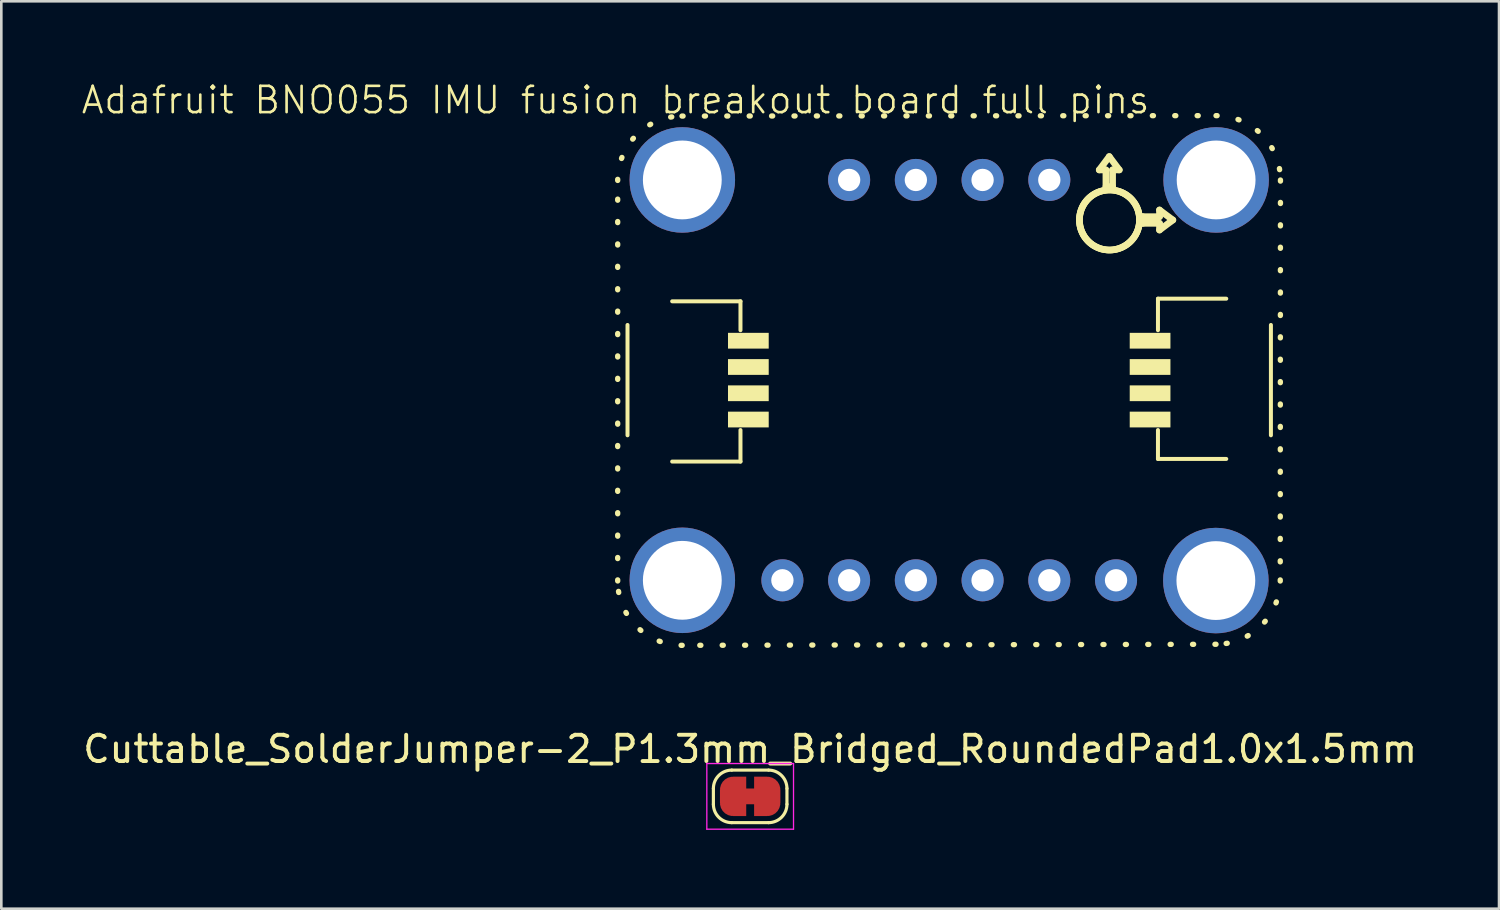
<source format=kicad_pcb>
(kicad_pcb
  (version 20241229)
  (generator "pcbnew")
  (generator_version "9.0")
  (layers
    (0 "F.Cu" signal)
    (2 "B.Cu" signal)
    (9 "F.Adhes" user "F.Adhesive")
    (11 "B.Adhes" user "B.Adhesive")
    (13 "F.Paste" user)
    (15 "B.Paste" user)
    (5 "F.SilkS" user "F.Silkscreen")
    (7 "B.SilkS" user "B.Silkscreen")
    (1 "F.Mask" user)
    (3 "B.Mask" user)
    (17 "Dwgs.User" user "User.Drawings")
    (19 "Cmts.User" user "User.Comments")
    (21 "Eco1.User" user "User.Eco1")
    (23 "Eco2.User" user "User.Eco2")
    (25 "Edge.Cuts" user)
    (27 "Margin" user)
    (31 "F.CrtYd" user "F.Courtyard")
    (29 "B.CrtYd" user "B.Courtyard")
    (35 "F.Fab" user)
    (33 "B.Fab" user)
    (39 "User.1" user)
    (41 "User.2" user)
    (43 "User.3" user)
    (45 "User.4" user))
  (footprint "Adafruit BNO055 IMU fusion breakout board full pins"
    (layer "F.Cu")
    (at 20.383 1.26)
    (property "Reference" "Adafruit BNO055 IMU fusion breakout board full pins" (at 0 -0.5 0) (unlocked yes) (layer "F.SilkS") (effects (font (size 1 1) (thickness 0.1))))
    (attr through_hole)
    (fp_line (start 0.08 17.805) (end 0.08 2.558) (stroke (width 0.203) (type dot)) (layer "F.SilkS"))
    (fp_line (start 0.454 8.06) (end 0.454 12.26) (stroke (width 0.152) (type solid)) (layer "F.SilkS"))
    (fp_line (start 2.154 7.16) (end 4.754 7.16) (stroke (width 0.152) (type solid)) (layer "F.SilkS"))
    (fp_line (start 2.528 0.108) (end 22.857 0.092) (stroke (width 0.203) (type dot)) (layer "F.SilkS"))
    (fp_line (start 4.754 7.16) (end 4.754 8.26) (stroke (width 0.152) (type solid)) (layer "F.SilkS"))
    (fp_line (start 4.754 12.06) (end 4.754 13.26) (stroke (width 0.152) (type solid)) (layer "F.SilkS"))
    (fp_line (start 4.754 13.26) (end 2.154 13.26) (stroke (width 0.152) (type solid)) (layer "F.SilkS"))
    (fp_line (start 17.657 4.065) (end 17.658 4.122) (stroke (width 0.254) (type solid)) (layer "F.SilkS"))
    (fp_line (start 17.658 4.122) (end 17.663 4.178) (stroke (width 0.254) (type solid)) (layer "F.SilkS"))
    (fp_line (start 17.658 4.006) (end 17.657 4.065) (stroke (width 0.254) (type solid)) (layer "F.SilkS"))
    (fp_line (start 17.663 4.178) (end 17.67 4.234) (stroke (width 0.254) (type solid)) (layer "F.SilkS"))
    (fp_line (start 17.663 3.948) (end 17.658 4.006) (stroke (width 0.254) (type solid)) (layer "F.SilkS"))
    (fp_line (start 17.67 4.234) (end 17.679 4.289) (stroke (width 0.254) (type solid)) (layer "F.SilkS"))
    (fp_line (start 17.67 3.891) (end 17.663 3.948) (stroke (width 0.254) (type solid)) (layer "F.SilkS"))
    (fp_line (start 17.679 4.289) (end 17.691 4.344) (stroke (width 0.254) (type solid)) (layer "F.SilkS"))
    (fp_line (start 17.68 3.835) (end 17.67 3.891) (stroke (width 0.254) (type solid)) (layer "F.SilkS"))
    (fp_line (start 17.691 4.344) (end 17.706 4.397) (stroke (width 0.254) (type solid)) (layer "F.SilkS"))
    (fp_line (start 17.693 3.779) (end 17.68 3.835) (stroke (width 0.254) (type solid)) (layer "F.SilkS"))
    (fp_line (start 17.706 4.397) (end 17.724 4.45) (stroke (width 0.254) (type solid)) (layer "F.SilkS"))
    (fp_line (start 17.708 3.725) (end 17.693 3.779) (stroke (width 0.254) (type solid)) (layer "F.SilkS"))
    (fp_line (start 17.724 4.45) (end 17.744 4.502) (stroke (width 0.254) (type solid)) (layer "F.SilkS"))
    (fp_line (start 17.726 3.672) (end 17.708 3.725) (stroke (width 0.254) (type solid)) (layer "F.SilkS"))
    (fp_line (start 17.744 4.502) (end 17.767 4.553) (stroke (width 0.254) (type solid)) (layer "F.SilkS"))
    (fp_line (start 17.747 3.62) (end 17.726 3.672) (stroke (width 0.254) (type solid)) (layer "F.SilkS"))
    (fp_line (start 17.767 4.553) (end 17.792 4.603) (stroke (width 0.254) (type solid)) (layer "F.SilkS"))
    (fp_line (start 17.77 3.569) (end 17.747 3.62) (stroke (width 0.254) (type solid)) (layer "F.SilkS"))
    (fp_line (start 17.792 4.603) (end 17.819 4.652) (stroke (width 0.254) (type solid)) (layer "F.SilkS"))
    (fp_line (start 17.795 3.52) (end 17.77 3.569) (stroke (width 0.254) (type solid)) (layer "F.SilkS"))
    (fp_line (start 17.819 4.652) (end 17.849 4.699) (stroke (width 0.254) (type solid)) (layer "F.SilkS"))
    (fp_line (start 17.822 3.472) (end 17.795 3.52) (stroke (width 0.254) (type solid)) (layer "F.SilkS"))
    (fp_line (start 17.849 4.699) (end 17.881 4.745) (stroke (width 0.254) (type solid)) (layer "F.SilkS"))
    (fp_line (start 17.852 3.426) (end 17.822 3.472) (stroke (width 0.254) (type solid)) (layer "F.SilkS"))
    (fp_line (start 17.881 4.745) (end 17.916 4.789) (stroke (width 0.254) (type solid)) (layer "F.SilkS"))
    (fp_line (start 17.884 3.381) (end 17.852 3.426) (stroke (width 0.254) (type solid)) (layer "F.SilkS"))
    (fp_line (start 17.916 4.789) (end 17.953 4.832) (stroke (width 0.254) (type solid)) (layer "F.SilkS"))
    (fp_line (start 17.918 3.338) (end 17.884 3.381) (stroke (width 0.254) (type solid)) (layer "F.SilkS"))
    (fp_line (start 17.953 4.832) (end 17.992 4.873) (stroke (width 0.254) (type solid)) (layer "F.SilkS"))
    (fp_line (start 17.954 3.296) (end 17.918 3.338) (stroke (width 0.254) (type solid)) (layer "F.SilkS"))
    (fp_line (start 17.992 4.873) (end 18.033 4.912) (stroke (width 0.254) (type solid)) (layer "F.SilkS"))
    (fp_line (start 17.992 3.257) (end 17.954 3.296) (stroke (width 0.254) (type solid)) (layer "F.SilkS"))
    (fp_line (start 18.031 3.219) (end 17.992 3.257) (stroke (width 0.254) (type solid)) (layer "F.SilkS"))
    (fp_line (start 18.033 4.912) (end 18.076 4.949) (stroke (width 0.254) (type solid)) (layer "F.SilkS"))
    (fp_line (start 18.073 3.183) (end 18.031 3.219) (stroke (width 0.254) (type solid)) (layer "F.SilkS"))
    (fp_line (start 18.076 4.949) (end 18.12 4.984) (stroke (width 0.254) (type solid)) (layer "F.SilkS"))
    (fp_line (start 18.116 3.149) (end 18.073 3.183) (stroke (width 0.254) (type solid)) (layer "F.SilkS"))
    (fp_line (start 18.12 4.984) (end 18.166 5.016) (stroke (width 0.254) (type solid)) (layer "F.SilkS"))
    (fp_line (start 18.161 3.117) (end 18.116 3.149) (stroke (width 0.254) (type solid)) (layer "F.SilkS"))
    (fp_line (start 18.166 5.016) (end 18.213 5.046) (stroke (width 0.254) (type solid)) (layer "F.SilkS"))
    (fp_line (start 18.207 3.087) (end 18.161 3.117) (stroke (width 0.254) (type solid)) (layer "F.SilkS"))
    (fp_line (start 18.213 5.046) (end 18.262 5.073) (stroke (width 0.254) (type solid)) (layer "F.SilkS"))
    (fp_line (start 18.255 3.06) (end 18.207 3.087) (stroke (width 0.254) (type solid)) (layer "F.SilkS"))
    (fp_line (start 18.262 5.073) (end 18.312 5.098) (stroke (width 0.254) (type solid)) (layer "F.SilkS"))
    (fp_line (start 18.304 3.035) (end 18.255 3.06) (stroke (width 0.254) (type solid)) (layer "F.SilkS"))
    (fp_line (start 18.312 5.098) (end 18.363 5.121) (stroke (width 0.254) (type solid)) (layer "F.SilkS"))
    (fp_line (start 18.355 3.012) (end 18.304 3.035) (stroke (width 0.254) (type solid)) (layer "F.SilkS"))
    (fp_line (start 18.363 5.121) (end 18.415 5.141) (stroke (width 0.254) (type solid)) (layer "F.SilkS"))
    (fp_line (start 18.407 2.991) (end 18.355 3.012) (stroke (width 0.254) (type solid)) (layer "F.SilkS"))
    (fp_line (start 18.411 2.158) (end 18.792 1.65) (stroke (width 0.254) (type solid)) (layer "F.SilkS"))
    (fp_line (start 18.415 5.141) (end 18.468 5.159) (stroke (width 0.254) (type solid)) (layer "F.SilkS"))
    (fp_line (start 18.46 2.973) (end 18.407 2.991) (stroke (width 0.254) (type solid)) (layer "F.SilkS"))
    (fp_line (start 18.468 5.159) (end 18.521 5.174) (stroke (width 0.254) (type solid)) (layer "F.SilkS"))
    (fp_line (start 18.514 2.958) (end 18.46 2.973) (stroke (width 0.254) (type solid)) (layer "F.SilkS"))
    (fp_line (start 18.521 5.174) (end 18.576 5.186) (stroke (width 0.254) (type solid)) (layer "F.SilkS"))
    (fp_line (start 18.57 2.945) (end 18.514 2.958) (stroke (width 0.254) (type solid)) (layer "F.SilkS"))
    (fp_line (start 18.576 5.186) (end 18.631 5.195) (stroke (width 0.254) (type solid)) (layer "F.SilkS"))
    (fp_line (start 18.626 2.935) (end 18.57 2.945) (stroke (width 0.254) (type solid)) (layer "F.SilkS"))
    (fp_line (start 18.631 5.195) (end 18.687 5.202) (stroke (width 0.254) (type solid)) (layer "F.SilkS"))
    (fp_line (start 18.665 2.158) (end 18.411 2.158) (stroke (width 0.254) (type solid)) (layer "F.SilkS"))
    (fp_line (start 18.665 2.793) (end 18.665 2.158) (stroke (width 0.254) (type solid)) (layer "F.SilkS"))
    (fp_line (start 18.683 2.928) (end 18.626 2.935) (stroke (width 0.254) (type solid)) (layer "F.SilkS"))
    (fp_line (start 18.687 5.202) (end 18.743 5.207) (stroke (width 0.254) (type solid)) (layer "F.SilkS"))
    (fp_line (start 18.741 2.923) (end 18.683 2.928) (stroke (width 0.254) (type solid)) (layer "F.SilkS"))
    (fp_line (start 18.743 5.207) (end 18.8 5.208) (stroke (width 0.254) (type solid)) (layer "F.SilkS"))
    (fp_line (start 18.792 1.65) (end 19.173 2.158) (stroke (width 0.254) (type solid)) (layer "F.SilkS"))
    (fp_line (start 18.8 2.922) (end 18.741 2.923) (stroke (width 0.254) (type solid)) (layer "F.SilkS"))
    (fp_line (start 18.8 5.208) (end 18.859 5.207) (stroke (width 0.254) (type solid)) (layer "F.SilkS"))
    (fp_line (start 18.857 2.922) (end 18.8 2.922) (stroke (width 0.254) (type solid)) (layer "F.SilkS"))
    (fp_line (start 18.859 5.207) (end 18.917 5.202) (stroke (width 0.254) (type solid)) (layer "F.SilkS"))
    (fp_line (start 18.914 2.926) (end 18.857 2.922) (stroke (width 0.254) (type solid)) (layer "F.SilkS"))
    (fp_line (start 18.917 5.202) (end 18.974 5.195) (stroke (width 0.254) (type solid)) (layer "F.SilkS"))
    (fp_line (start 18.919 2.158) (end 18.919 2.793) (stroke (width 0.254) (type solid)) (layer "F.SilkS"))
    (fp_line (start 18.919 2.793) (end 18.665 2.793) (stroke (width 0.254) (type solid)) (layer "F.SilkS"))
    (fp_line (start 18.97 2.932) (end 18.914 2.926) (stroke (width 0.254) (type solid)) (layer "F.SilkS"))
    (fp_line (start 18.974 5.195) (end 19.03 5.185) (stroke (width 0.254) (type solid)) (layer "F.SilkS"))
    (fp_line (start 19.025 2.941) (end 18.97 2.932) (stroke (width 0.254) (type solid)) (layer "F.SilkS"))
    (fp_line (start 19.03 5.185) (end 19.086 5.172) (stroke (width 0.254) (type solid)) (layer "F.SilkS"))
    (fp_line (start 19.08 2.953) (end 19.025 2.941) (stroke (width 0.254) (type solid)) (layer "F.SilkS"))
    (fp_line (start 19.086 5.172) (end 19.14 5.157) (stroke (width 0.254) (type solid)) (layer "F.SilkS"))
    (fp_line (start 19.135 2.967) (end 19.08 2.953) (stroke (width 0.254) (type solid)) (layer "F.SilkS"))
    (fp_line (start 19.14 5.157) (end 19.193 5.139) (stroke (width 0.254) (type solid)) (layer "F.SilkS"))
    (fp_line (start 19.173 2.158) (end 18.919 2.158) (stroke (width 0.254) (type solid)) (layer "F.SilkS"))
    (fp_line (start 19.188 2.984) (end 19.135 2.967) (stroke (width 0.254) (type solid)) (layer "F.SilkS"))
    (fp_line (start 19.193 5.139) (end 19.245 5.118) (stroke (width 0.254) (type solid)) (layer "F.SilkS"))
    (fp_line (start 19.24 3.004) (end 19.188 2.984) (stroke (width 0.254) (type solid)) (layer "F.SilkS"))
    (fp_line (start 19.245 5.118) (end 19.296 5.095) (stroke (width 0.254) (type solid)) (layer "F.SilkS"))
    (fp_line (start 19.292 3.026) (end 19.24 3.004) (stroke (width 0.254) (type solid)) (layer "F.SilkS"))
    (fp_line (start 19.296 5.095) (end 19.345 5.07) (stroke (width 0.254) (type solid)) (layer "F.SilkS"))
    (fp_line (start 19.342 3.051) (end 19.292 3.026) (stroke (width 0.254) (type solid)) (layer "F.SilkS"))
    (fp_line (start 19.345 5.07) (end 19.393 5.043) (stroke (width 0.254) (type solid)) (layer "F.SilkS"))
    (fp_line (start 19.391 3.078) (end 19.342 3.051) (stroke (width 0.254) (type solid)) (layer "F.SilkS"))
    (fp_line (start 19.393 5.043) (end 19.439 5.013) (stroke (width 0.254) (type solid)) (layer "F.SilkS"))
    (fp_line (start 19.439 3.108) (end 19.391 3.078) (stroke (width 0.254) (type solid)) (layer "F.SilkS"))
    (fp_line (start 19.439 5.013) (end 19.484 4.981) (stroke (width 0.254) (type solid)) (layer "F.SilkS"))
    (fp_line (start 19.484 4.981) (end 19.527 4.947) (stroke (width 0.254) (type solid)) (layer "F.SilkS"))
    (fp_line (start 19.485 3.14) (end 19.439 3.108) (stroke (width 0.254) (type solid)) (layer "F.SilkS"))
    (fp_line (start 19.527 4.947) (end 19.569 4.911) (stroke (width 0.254) (type solid)) (layer "F.SilkS"))
    (fp_line (start 19.53 3.175) (end 19.485 3.14) (stroke (width 0.254) (type solid)) (layer "F.SilkS"))
    (fp_line (start 19.569 4.911) (end 19.608 4.873) (stroke (width 0.254) (type solid)) (layer "F.SilkS"))
    (fp_line (start 19.573 3.212) (end 19.53 3.175) (stroke (width 0.254) (type solid)) (layer "F.SilkS"))
    (fp_line (start 19.608 4.873) (end 19.646 4.834) (stroke (width 0.254) (type solid)) (layer "F.SilkS"))
    (fp_line (start 19.614 3.251) (end 19.573 3.212) (stroke (width 0.254) (type solid)) (layer "F.SilkS"))
    (fp_line (start 19.646 4.834) (end 19.682 4.792) (stroke (width 0.254) (type solid)) (layer "F.SilkS"))
    (fp_line (start 19.653 3.292) (end 19.614 3.251) (stroke (width 0.254) (type solid)) (layer "F.SilkS"))
    (fp_line (start 19.682 4.792) (end 19.716 4.749) (stroke (width 0.254) (type solid)) (layer "F.SilkS"))
    (fp_line (start 19.69 3.335) (end 19.653 3.292) (stroke (width 0.254) (type solid)) (layer "F.SilkS"))
    (fp_line (start 19.716 4.749) (end 19.748 4.704) (stroke (width 0.254) (type solid)) (layer "F.SilkS"))
    (fp_line (start 19.725 3.38) (end 19.69 3.335) (stroke (width 0.254) (type solid)) (layer "F.SilkS"))
    (fp_line (start 19.748 4.704) (end 19.778 4.658) (stroke (width 0.254) (type solid)) (layer "F.SilkS"))
    (fp_line (start 19.757 3.426) (end 19.725 3.38) (stroke (width 0.254) (type solid)) (layer "F.SilkS"))
    (fp_line (start 19.778 4.658) (end 19.805 4.61) (stroke (width 0.254) (type solid)) (layer "F.SilkS"))
    (fp_line (start 19.787 3.474) (end 19.757 3.426) (stroke (width 0.254) (type solid)) (layer "F.SilkS"))
    (fp_line (start 19.805 4.61) (end 19.83 4.561) (stroke (width 0.254) (type solid)) (layer "F.SilkS"))
    (fp_line (start 19.814 3.523) (end 19.787 3.474) (stroke (width 0.254) (type solid)) (layer "F.SilkS"))
    (fp_line (start 19.83 4.561) (end 19.853 4.51) (stroke (width 0.254) (type solid)) (layer "F.SilkS"))
    (fp_line (start 19.839 3.573) (end 19.814 3.523) (stroke (width 0.254) (type solid)) (layer "F.SilkS"))
    (fp_line (start 19.853 4.51) (end 19.874 4.458) (stroke (width 0.254) (type solid)) (layer "F.SilkS"))
    (fp_line (start 19.861 3.624) (end 19.839 3.573) (stroke (width 0.254) (type solid)) (layer "F.SilkS"))
    (fp_line (start 19.874 4.458) (end 19.892 4.405) (stroke (width 0.254) (type solid)) (layer "F.SilkS"))
    (fp_line (start 19.881 3.677) (end 19.861 3.624) (stroke (width 0.254) (type solid)) (layer "F.SilkS"))
    (fp_line (start 19.892 4.405) (end 19.907 4.351) (stroke (width 0.254) (type solid)) (layer "F.SilkS"))
    (fp_line (start 19.898 3.73) (end 19.881 3.677) (stroke (width 0.254) (type solid)) (layer "F.SilkS"))
    (fp_line (start 19.907 4.351) (end 19.92 4.295) (stroke (width 0.254) (type solid)) (layer "F.SilkS"))
    (fp_line (start 19.912 3.785) (end 19.898 3.73) (stroke (width 0.254) (type solid)) (layer "F.SilkS"))
    (fp_line (start 19.92 4.295) (end 19.93 4.239) (stroke (width 0.254) (type solid)) (layer "F.SilkS"))
    (fp_line (start 19.924 3.84) (end 19.912 3.785) (stroke (width 0.254) (type solid)) (layer "F.SilkS"))
    (fp_line (start 19.93 4.239) (end 19.937 4.182) (stroke (width 0.254) (type solid)) (layer "F.SilkS"))
    (fp_line (start 19.933 3.895) (end 19.924 3.84) (stroke (width 0.254) (type solid)) (layer "F.SilkS"))
    (fp_line (start 19.937 4.182) (end 19.941 4.124) (stroke (width 0.254) (type solid)) (layer "F.SilkS"))
    (fp_line (start 19.939 3.951) (end 19.933 3.895) (stroke (width 0.254) (type solid)) (layer "F.SilkS"))
    (fp_line (start 19.941 4.124) (end 19.943 4.065) (stroke (width 0.254) (type solid)) (layer "F.SilkS"))
    (fp_line (start 19.943 4.008) (end 19.939 3.951) (stroke (width 0.254) (type solid)) (layer "F.SilkS"))
    (fp_line (start 19.943 4.065) (end 19.943 4.008) (stroke (width 0.254) (type solid)) (layer "F.SilkS"))
    (fp_line (start 20.07 3.938) (end 20.705 3.938) (stroke (width 0.254) (type solid)) (layer "F.SilkS"))
    (fp_line (start 20.07 4.192) (end 20.07 3.938) (stroke (width 0.254) (type solid)) (layer "F.SilkS"))
    (fp_line (start 20.646 7.06) (end 23.246 7.06) (stroke (width 0.152) (type solid)) (layer "F.SilkS"))
    (fp_line (start 20.646 8.26) (end 20.646 7.06) (stroke (width 0.152) (type solid)) (layer "F.SilkS"))
    (fp_line (start 20.646 13.16) (end 20.646 12.06) (stroke (width 0.152) (type solid)) (layer "F.SilkS"))
    (fp_line (start 20.705 3.684) (end 21.213 4.065) (stroke (width 0.254) (type solid)) (layer "F.SilkS"))
    (fp_line (start 20.705 3.938) (end 20.705 3.684) (stroke (width 0.254) (type solid)) (layer "F.SilkS"))
    (fp_line (start 20.705 4.192) (end 20.07 4.192) (stroke (width 0.254) (type solid)) (layer "F.SilkS"))
    (fp_line (start 20.705 4.446) (end 20.705 4.192) (stroke (width 0.254) (type solid)) (layer "F.SilkS"))
    (fp_line (start 21.213 4.065) (end 20.705 4.446) (stroke (width 0.254) (type solid)) (layer "F.SilkS"))
    (fp_line (start 22.856 20.215) (end 2.535 20.255) (stroke (width 0.203) (type dot)) (layer "F.SilkS"))
    (fp_line (start 23.246 13.16) (end 20.646 13.16) (stroke (width 0.152) (type solid)) (layer "F.SilkS"))
    (fp_line (start 24.946 12.26) (end 24.946 8.06) (stroke (width 0.152) (type solid)) (layer "F.SilkS"))
    (fp_line (start 25.309 2.543) (end 25.301 17.766) (stroke (width 0.203) (type dot)) (layer "F.SilkS"))
    (fp_arc (start 0.08 2.558059) (mid 0.796902 0.826333) (end 2.528058 0.108059) (stroke (width 0.203199) (type dot)) (layer "F.SilkS"))
    (fp_arc (start 2.534857 20.255133) (mid 0.799307 19.539266) (end 0.08 17.805138) (stroke (width 0.203199) (type dot)) (layer "F.SilkS"))
    (fp_arc (start 22.856839 0.091945) (mid 24.590946 0.809267) (end 25.308781 2.543162) (stroke (width 0.203199) (type dot)) (layer "F.SilkS"))
    (fp_arc (start 25.301215 17.766068) (mid 24.584913 19.495975) (end 22.856072 20.214845) (stroke (width 0.203199) (type dot)) (layer "F.SilkS"))
    (fp_poly (pts (xy 5.829 8.96) (xy 4.279 8.96) (xy 4.279 8.36) (xy 5.829 8.36)) (stroke (width 0) (type solid)) (fill yes) (layer "F.SilkS"))
    (fp_poly (pts (xy 5.829 9.96) (xy 4.279 9.96) (xy 4.279 9.36) (xy 5.829 9.36)) (stroke (width 0) (type solid)) (fill yes) (layer "F.SilkS"))
    (fp_poly (pts (xy 5.829 10.96) (xy 4.279 10.96) (xy 4.279 10.36) (xy 5.829 10.36)) (stroke (width 0) (type solid)) (fill yes) (layer "F.SilkS"))
    (fp_poly (pts (xy 5.829 11.96) (xy 4.279 11.96) (xy 4.279 11.36) (xy 5.829 11.36)) (stroke (width 0) (type solid)) (fill yes) (layer "F.SilkS"))
    (fp_poly (pts (xy 21.121 8.96) (xy 19.571 8.96) (xy 19.571 8.36) (xy 21.121 8.36)) (stroke (width 0) (type solid)) (fill yes) (layer "F.SilkS"))
    (fp_poly (pts (xy 21.121 9.96) (xy 19.571 9.96) (xy 19.571 9.36) (xy 21.121 9.36)) (stroke (width 0) (type solid)) (fill yes) (layer "F.SilkS"))
    (fp_poly (pts (xy 21.121 10.96) (xy 19.571 10.96) (xy 19.571 10.36) (xy 21.121 10.36)) (stroke (width 0) (type solid)) (fill yes) (layer "F.SilkS"))
    (fp_poly (pts (xy 21.121 11.96) (xy 19.571 11.96) (xy 19.571 11.36) (xy 21.121 11.36)) (stroke (width 0) (type solid)) (fill yes) (layer "F.SilkS"))
    (pad "" thru_hole circle (at 2.54 2.54) (size 4.016 4.016) (drill 3) (layers "*.Cu" "*.Mask"))
    (pad "" thru_hole circle (at 2.54 17.78) (size 4.016 4.016) (drill 3) (layers "*.Cu" "*.Mask"))
    (pad "" thru_hole circle (at 22.85 17.79) (size 4.016 4.016) (drill 3) (layers "*.Cu" "*.Mask"))
    (pad "" thru_hole circle (at 22.86 2.54) (size 4.016 4.016) (drill 3) (layers "*.Cu" "*.Mask"))
    (pad "1" thru_hole circle (at 6.35 17.78) (size 1.6 1.6) (drill 0.85) (layers "*.Cu" "*.Mask"))
    (pad "2" thru_hole circle (at 8.89 17.78) (size 1.6 1.6) (drill 0.85) (layers "*.Cu" "*.Mask"))
    (pad "3" thru_hole circle (at 11.43 17.78) (size 1.6 1.6) (drill 0.85) (layers "*.Cu" "*.Mask"))
    (pad "4" thru_hole circle (at 13.97 17.78) (size 1.6 1.6) (drill 0.85) (layers "*.Cu" "*.Mask"))
    (pad "5" thru_hole circle (at 16.51 17.78) (size 1.6 1.6) (drill 0.85) (layers "*.Cu" "*.Mask"))
    (pad "6" thru_hole circle (at 19.05 17.78) (size 1.6 1.6) (drill 0.85) (layers "*.Cu" "*.Mask"))
    (pad "7" thru_hole circle (at 8.89 2.54) (size 1.6 1.6) (drill 0.85) (layers "*.Cu" "*.Mask"))
    (pad "8" thru_hole circle (at 11.43 2.54) (size 1.6 1.6) (drill 0.85) (layers "*.Cu" "*.Mask"))
    (pad "9" thru_hole circle (at 13.97 2.54) (size 1.6 1.6) (drill 0.85) (layers "*.Cu" "*.Mask"))
    (pad "10" thru_hole circle (at 16.51 2.54) (size 1.6 1.6) (drill 0.85) (layers "*.Cu" "*.Mask")))
  (footprint "Cuttable_SolderJumper-2_P1.3mm_Bridged_RoundedPad1.0x1.5mm"
    (layer "F.Cu")
    (at 25.506 27.265)
    (property "Reference" "Cuttable_SolderJumper-2_P1.3mm_Bridged_RoundedPad1.0x1.5mm" (at 0 -1.8 0) (layer "F.SilkS") (effects (font (size 1 1) (thickness 0.15))))
    (attr exclude_from_pos_files allow_soldermask_bridges)
    (fp_poly (pts (xy 0.246 -0.3) (xy -0.254 -0.3) (xy -0.254 0.3) (xy 0.246 0.3)) (stroke (width 0) (type solid)) (fill yes) (layer "F.Cu"))
    (fp_poly (pts (xy 0.246 -0.3) (xy -0.254 -0.3) (xy -0.254 0.3) (xy 0.246 0.3)) (stroke (width 0) (type solid)) (fill yes) (layer "F.Mask"))
    (fp_line (start -1.4 0.3) (end -1.4 -0.3) (stroke (width 0.12) (type solid)) (layer "F.SilkS"))
    (fp_line (start -0.7 -1) (end 0.7 -1) (stroke (width 0.12) (type solid)) (layer "F.SilkS"))
    (fp_line (start 0.7 1) (end -0.7 1) (stroke (width 0.12) (type solid)) (layer "F.SilkS"))
    (fp_line (start 1.4 -0.3) (end 1.4 0.3) (stroke (width 0.12) (type solid)) (layer "F.SilkS"))
    (fp_arc (start -1.4 -0.3) (mid -1.194975 -0.794975) (end -0.7 -1) (stroke (width 0.12) (type solid)) (layer "F.SilkS"))
    (fp_arc (start -0.7 1) (mid -1.194975 0.794975) (end -1.4 0.3) (stroke (width 0.12) (type solid)) (layer "F.SilkS"))
    (fp_arc (start 0.7 -1) (mid 1.194975 -0.794975) (end 1.4 -0.3) (stroke (width 0.12) (type solid)) (layer "F.SilkS"))
    (fp_arc (start 1.4 0.3) (mid 1.194975 0.794975) (end 0.7 1) (stroke (width 0.12) (type solid)) (layer "F.SilkS"))
    (fp_line (start -1.65 -1.25) (end -1.65 1.25) (stroke (width 0.05) (type solid)) (layer "F.CrtYd"))
    (fp_line (start -1.65 -1.25) (end 1.65 -1.25) (stroke (width 0.05) (type solid)) (layer "F.CrtYd"))
    (fp_line (start 1.65 1.25) (end -1.65 1.25) (stroke (width 0.05) (type solid)) (layer "F.CrtYd"))
    (fp_line (start 1.65 1.25) (end 1.65 -1.25) (stroke (width 0.05) (type solid)) (layer "F.CrtYd"))
    (pad "1" smd custom (at -0.65 0) (size 1 0.5) (layers "F.Cu" "F.Mask") (options (anchor rect)) (primitives (gr_circle (center 0 0.25) (end 0.5 0.25) (width 0) (fill yes)) (gr_circle (center 0 -0.25) (end 0.5 -0.25) (width 0) (fill yes)) (gr_poly (pts (xy 0.5 0.75) (xy 0 0.75) (xy 0 -0.75) (xy 0.5 -0.75)) (width 0) (fill yes))))
    (pad "2" smd custom (at 0.65 0) (size 1 0.5) (layers "F.Cu" "F.Mask") (options (anchor rect)) (primitives (gr_circle (center 0 0.25) (end 0.5 0.25) (width 0) (fill yes)) (gr_circle (center 0 -0.25) (end 0.5 -0.25) (width 0) (fill yes)) (gr_poly (pts (xy 0 0.75) (xy -0.5 0.75) (xy -0.5 -0.75) (xy 0 -0.75)) (width 0) (fill yes)))))
  (gr_rect
    (start -3 -3)
    (end 54.012 31.54)
    (stroke (width 0.1) (type default))
    (fill no)
    (layer "Edge.Cuts")))
</source>
